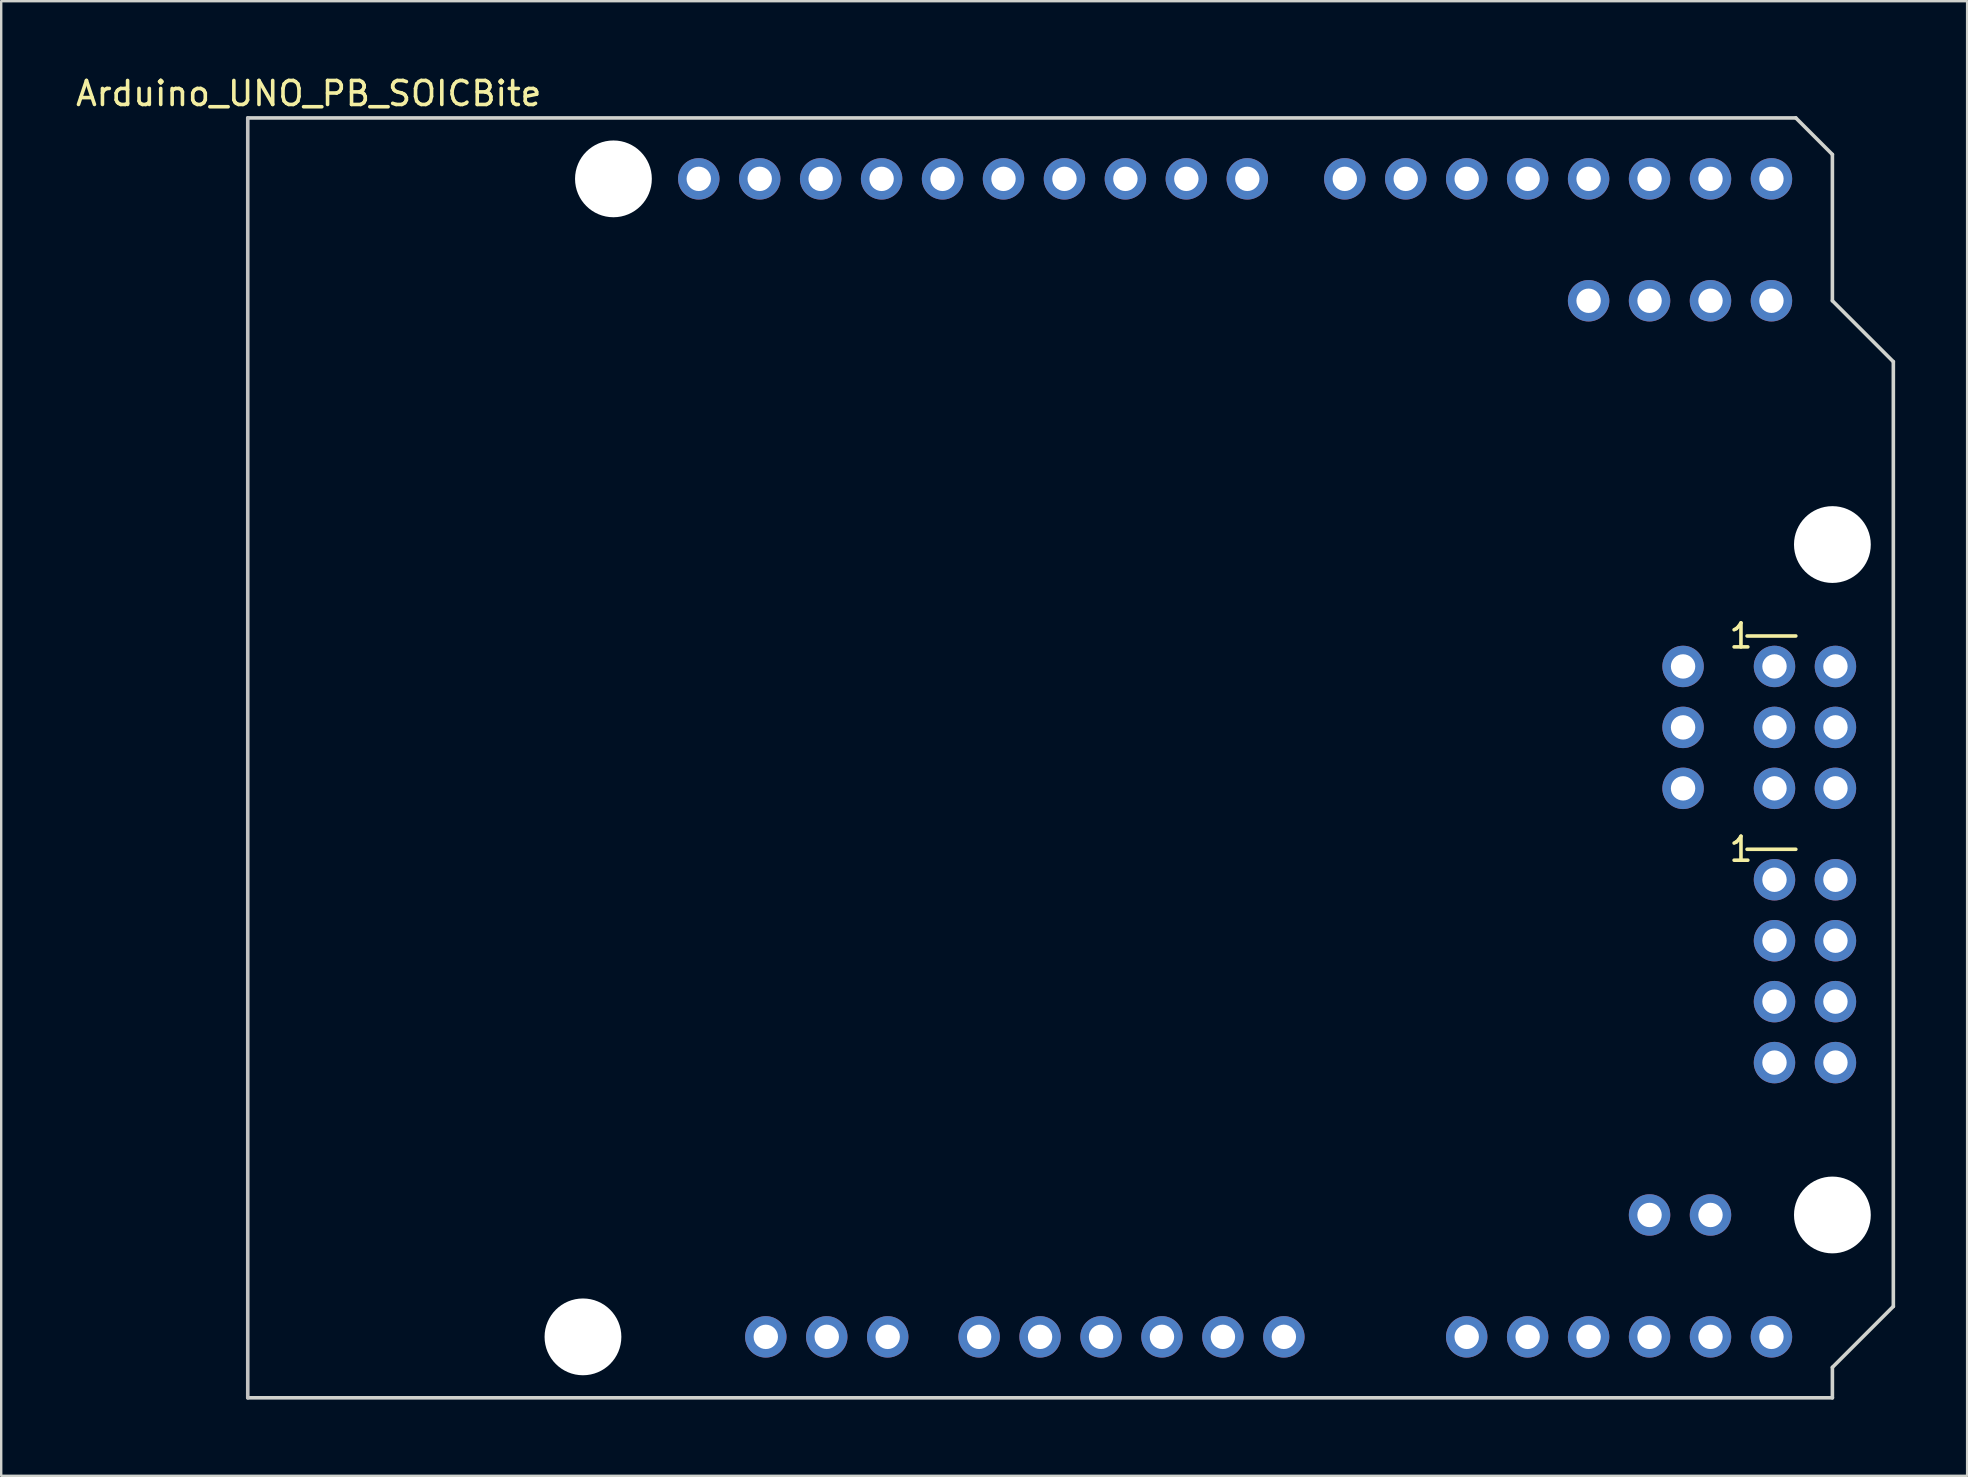
<source format=kicad_pcb>
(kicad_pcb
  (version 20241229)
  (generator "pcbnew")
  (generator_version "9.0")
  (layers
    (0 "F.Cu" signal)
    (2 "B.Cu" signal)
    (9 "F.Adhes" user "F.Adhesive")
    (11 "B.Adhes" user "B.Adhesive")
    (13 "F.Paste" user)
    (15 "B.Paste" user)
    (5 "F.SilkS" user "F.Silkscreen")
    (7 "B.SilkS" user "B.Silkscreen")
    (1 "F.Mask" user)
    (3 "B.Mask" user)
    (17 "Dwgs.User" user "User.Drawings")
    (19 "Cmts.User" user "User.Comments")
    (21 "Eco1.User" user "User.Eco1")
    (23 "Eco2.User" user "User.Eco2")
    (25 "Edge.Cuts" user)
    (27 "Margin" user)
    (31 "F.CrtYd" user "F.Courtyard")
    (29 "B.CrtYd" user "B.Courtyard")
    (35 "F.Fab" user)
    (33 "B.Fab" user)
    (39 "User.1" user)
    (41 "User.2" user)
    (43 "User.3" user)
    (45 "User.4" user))
  (footprint "Arduino_UNO_PB_SOICBite"
    (layer "F.Cu")
    (at 7.275 55.204)
    (property "Reference" "Arduino_UNO_PB_SOICBite" (at 2.54 -54.356 0) (layer "F.SilkS") (effects (font (size 1 1) (thickness 0.15))))
    (attr through_hole)
    (fp_line (start 62.484 -31.75) (end 64.516 -31.75) (stroke (width 0.15) (type solid)) (layer "F.SilkS"))
    (fp_line (start 62.484 -22.86) (end 64.516 -22.86) (stroke (width 0.15) (type solid)) (layer "F.SilkS"))
    (fp_line (start 0 -53.34) (end 0 0) (stroke (width 0.15) (type solid)) (layer "Dwgs.User"))
    (fp_line (start 0 -53.34) (end 64.516 -53.34) (stroke (width 0.15) (type solid)) (layer "Edge.Cuts"))
    (fp_line (start 0 0) (end 66.04 0) (stroke (width 0.15) (type solid)) (layer "Edge.Cuts"))
    (fp_line (start 64.516 -53.34) (end 66.04 -51.816) (stroke (width 0.15) (type solid)) (layer "Edge.Cuts"))
    (fp_line (start 66.04 -45.72) (end 66.04 -51.816) (stroke (width 0.15) (type solid)) (layer "Edge.Cuts"))
    (fp_line (start 66.04 -1.27) (end 68.58 -3.81) (stroke (width 0.15) (type solid)) (layer "Edge.Cuts"))
    (fp_line (start 66.04 0) (end 66.04 -1.27) (stroke (width 0.15) (type solid)) (layer "Edge.Cuts"))
    (fp_line (start 68.58 -43.18) (end 66.04 -45.72) (stroke (width 0.15) (type solid)) (layer "Edge.Cuts"))
    (fp_line (start 68.58 -3.81) (end 68.58 -43.18) (stroke (width 0.15) (type solid)) (layer "Edge.Cuts"))
    (fp_text user "1" (at 62.23 -31.75 0) (layer "F.SilkS") (effects (font (size 1 1) (thickness 0.15))))
    (fp_text user "1" (at 62.23 -22.86 0) (layer "F.SilkS") (effects (font (size 1 1) (thickness 0.15))))
    (pad "" np_thru_hole circle (at 13.97 -2.54) (size 3.2 3.2) (drill 3.2) (layers "*.Cu" "*.Mask"))
    (pad "" np_thru_hole circle (at 15.24 -50.8) (size 3.2 3.2) (drill 3.2) (layers "*.Cu" "*.Mask"))
    (pad "" np_thru_hole circle (at 66.04 -35.56) (size 3.2 3.2) (drill 3.2) (layers "*.Cu" "*.Mask"))
    (pad "" np_thru_hole circle (at 66.04 -7.62) (size 3.2 3.2) (drill 3.2) (layers "*.Cu" "*.Mask"))
    (pad "3V3" thru_hole oval (at 35.56 -2.54) (size 1.727 1.727) (drill 1.016) (layers "*.Cu" "*.Mask"))
    (pad "3V3" thru_hole oval (at 66.167 -21.59) (size 1.727 1.727) (drill 1.016) (layers "*.Cu" "*.Mask"))
    (pad "5V" thru_hole oval (at 26.67 -2.54) (size 1.727 1.727) (drill 1.016) (layers "*.Cu" "*.Mask"))
    (pad "5V" thru_hole oval (at 30.48 -2.54) (size 1.727 1.727) (drill 1.016) (layers "*.Cu" "*.Mask"))
    (pad "AREF" thru_hole oval (at 23.876 -50.8) (size 1.727 1.727) (drill 1.016) (layers "*.Cu" "*.Mask"))
    (pad "CE" thru_hole oval (at 63.627 -19.05) (size 1.727 1.727) (drill 1.016) (layers "*.Cu" "*.Mask"))
    (pad "CSN" thru_hole oval (at 66.167 -19.05) (size 1.727 1.727) (drill 1.016) (layers "*.Cu" "*.Mask"))
    (pad "D0" thru_hole oval (at 63.5 -50.8) (size 1.727 1.727) (drill 1.016) (layers "*.Cu" "*.Mask"))
    (pad "D1" thru_hole oval (at 60.96 -50.8) (size 1.727 1.727) (drill 1.016) (layers "*.Cu" "*.Mask"))
    (pad "D2" thru_hole oval (at 58.42 -50.8) (size 1.727 1.727) (drill 1.016) (layers "*.Cu" "*.Mask"))
    (pad "D3" thru_hole oval (at 55.88 -50.8) (size 1.727 1.727) (drill 1.016) (layers "*.Cu" "*.Mask"))
    (pad "D4" thru_hole oval (at 53.34 -50.8) (size 1.727 1.727) (drill 1.016) (layers "*.Cu" "*.Mask"))
    (pad "D5" thru_hole oval (at 50.8 -50.8) (size 1.727 1.727) (drill 1.016) (layers "*.Cu" "*.Mask"))
    (pad "D6" thru_hole oval (at 48.26 -50.8) (size 1.727 1.727) (drill 1.016) (layers "*.Cu" "*.Mask"))
    (pad "D7" thru_hole oval (at 45.72 -50.8) (size 1.727 1.727) (drill 1.016) (layers "*.Cu" "*.Mask"))
    (pad "D8" thru_hole oval (at 41.656 -50.8) (size 1.727 1.727) (drill 1.016) (layers "*.Cu" "*.Mask"))
    (pad "D9" thru_hole oval (at 39.116 -50.8) (size 1.727 1.727) (drill 1.016) (layers "*.Cu" "*.Mask"))
    (pad "D10" thru_hole oval (at 36.576 -50.8) (size 1.727 1.727) (drill 1.016) (layers "*.Cu" "*.Mask"))
    (pad "D11" thru_hole oval (at 34.036 -50.8) (size 1.727 1.727) (drill 1.016) (layers "*.Cu" "*.Mask"))
    (pad "D12" thru_hole oval (at 31.496 -50.8) (size 1.727 1.727) (drill 1.016) (layers "*.Cu" "*.Mask"))
    (pad "D13" thru_hole oval (at 28.956 -50.8) (size 1.727 1.727) (drill 1.016) (layers "*.Cu" "*.Mask"))
    (pad "D14" thru_hole oval (at 50.8 -2.54) (size 1.727 1.727) (drill 1.016) (layers "*.Cu" "*.Mask"))
    (pad "D15" thru_hole oval (at 53.34 -2.54) (size 1.727 1.727) (drill 1.016) (layers "*.Cu" "*.Mask"))
    (pad "D16" thru_hole oval (at 55.88 -2.54) (size 1.727 1.727) (drill 1.016) (layers "*.Cu" "*.Mask"))
    (pad "D17" thru_hole oval (at 58.42 -2.54) (size 1.727 1.727) (drill 1.016) (layers "*.Cu" "*.Mask"))
    (pad "D18" thru_hole oval (at 60.96 -2.54) (size 1.727 1.727) (drill 1.016) (layers "*.Cu" "*.Mask"))
    (pad "D19" thru_hole oval (at 63.5 -2.54) (size 1.727 1.727) (drill 1.016) (layers "*.Cu" "*.Mask"))
    (pad "D20" thru_hole oval (at 63.5 -45.72) (size 1.727 1.727) (drill 1.016) (layers "*.Cu" "*.Mask"))
    (pad "D21" thru_hole oval (at 60.96 -45.72) (size 1.727 1.727) (drill 1.016) (layers "*.Cu" "*.Mask"))
    (pad "D23" thru_hole oval (at 58.42 -45.72) (size 1.727 1.727) (drill 1.016) (layers "*.Cu" "*.Mask"))
    (pad "D24" thru_hole oval (at 55.88 -45.72) (size 1.727 1.727) (drill 1.016) (layers "*.Cu" "*.Mask"))
    (pad "D25" thru_hole oval (at 58.42 -7.62) (size 1.727 1.727) (drill 1.016) (layers "*.Cu" "*.Mask"))
    (pad "D26" thru_hole oval (at 60.96 -7.62) (size 1.727 1.727) (drill 1.016) (layers "*.Cu" "*.Mask"))
    (pad "GND" thru_hole oval (at 21.59 -2.54) (size 1.727 1.727) (drill 1.016) (layers "*.Cu" "*.Mask"))
    (pad "GND" thru_hole oval (at 26.416 -50.8) (size 1.727 1.727) (drill 1.016) (layers "*.Cu" "*.Mask"))
    (pad "GND" thru_hole oval (at 40.64 -2.54) (size 1.727 1.727) (drill 1.016) (layers "*.Cu" "*.Mask"))
    (pad "GND" thru_hole oval (at 43.18 -2.54) (size 1.727 1.727) (drill 1.016) (layers "*.Cu" "*.Mask"))
    (pad "GND" thru_hole oval (at 63.627 -21.59) (size 1.727 1.727) (drill 1.016) (layers "*.Cu" "*.Mask"))
    (pad "GND" thru_hole oval (at 66.167 -25.4) (size 1.727 1.727) (drill 1.016) (layers "*.Cu" "*.Mask"))
    (pad "IRQ" thru_hole oval (at 66.167 -13.97) (size 1.727 1.727) (drill 1.016) (layers "*.Cu" "*.Mask"))
    (pad "LED" thru_hole oval (at 24.13 -2.54) (size 1.727 1.727) (drill 1.016) (layers "*.Cu" "*.Mask"))
    (pad "MISO" thru_hole oval (at 63.627 -30.48) (size 1.727 1.727) (drill 1.016) (layers "*.Cu" "*.Mask"))
    (pad "MISO" thru_hole oval (at 63.627 -13.97) (size 1.727 1.727) (drill 1.016) (layers "*.Cu" "*.Mask"))
    (pad "MOSI" thru_hole oval (at 66.167 -27.94) (size 1.727 1.727) (drill 1.016) (layers "*.Cu" "*.Mask"))
    (pad "MOSI" thru_hole oval (at 66.167 -16.51) (size 1.727 1.727) (drill 1.016) (layers "*.Cu" "*.Mask"))
    (pad "RST" thru_hole oval (at 33.02 -2.54) (size 1.727 1.727) (drill 1.016) (layers "*.Cu" "*.Mask"))
    (pad "RST" thru_hole oval (at 59.817 -25.4) (size 1.727 1.727) (drill 1.016) (layers "*.Cu" "*.Mask"))
    (pad "RST_OUT" thru_hole oval (at 59.817 -30.48) (size 1.727 1.727) (drill 1.016) (layers "*.Cu" "*.Mask"))
    (pad "SCK" thru_hole oval (at 63.627 -27.94) (size 1.727 1.727) (drill 1.016) (layers "*.Cu" "*.Mask"))
    (pad "SCK" thru_hole oval (at 63.627 -16.51) (size 1.727 1.727) (drill 1.016) (layers "*.Cu" "*.Mask"))
    (pad "SCL0" thru_hole oval (at 18.796 -50.8) (size 1.727 1.727) (drill 1.016) (layers "*.Cu" "*.Mask"))
    (pad "SDA0" thru_hole oval (at 21.336 -50.8) (size 1.727 1.727) (drill 1.016) (layers "*.Cu" "*.Mask"))
    (pad "SPI_RESET" thru_hole oval (at 59.817 -27.94) (size 1.727 1.727) (drill 1.016) (layers "*.Cu" "*.Mask"))
    (pad "SPI_RESET" thru_hole oval (at 63.627 -25.4) (size 1.727 1.727) (drill 1.016) (layers "*.Cu" "*.Mask"))
    (pad "VCC" thru_hole oval (at 38.1 -2.54) (size 1.727 1.727) (drill 1.016) (layers "*.Cu" "*.Mask"))
    (pad "VCC" thru_hole oval (at 66.167 -30.48) (size 1.727 1.727) (drill 1.016) (layers "*.Cu" "*.Mask")))
  (gr_rect
    (start -3 -3)
    (end 78.93 58.454)
    (stroke (width 0.1) (type default))
    (fill no)
    (layer "Edge.Cuts")))
</source>
